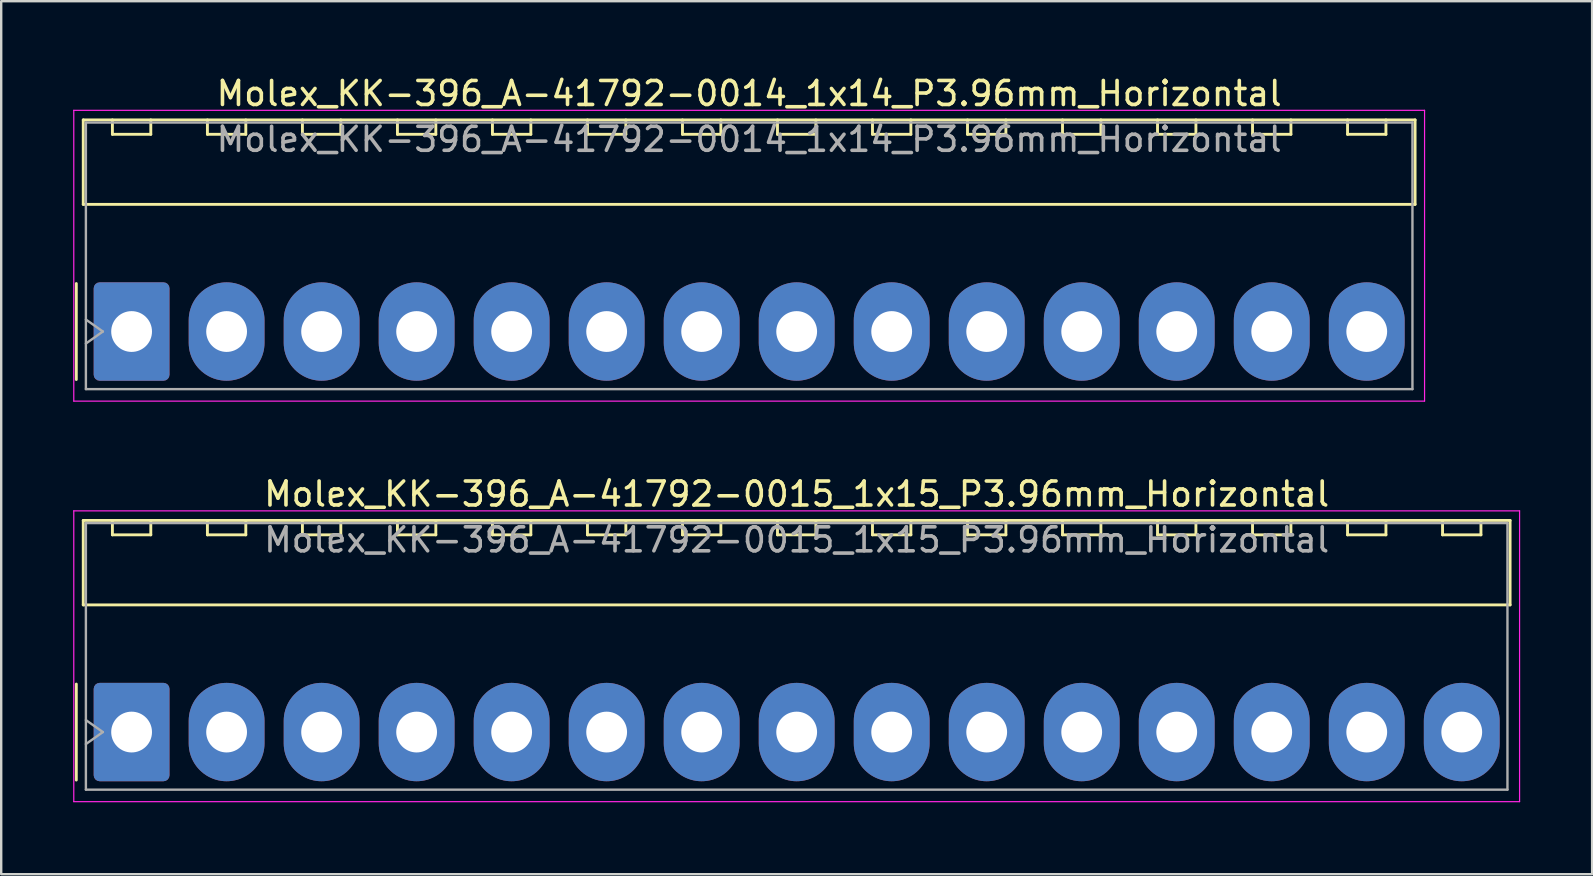
<source format=kicad_pcb>
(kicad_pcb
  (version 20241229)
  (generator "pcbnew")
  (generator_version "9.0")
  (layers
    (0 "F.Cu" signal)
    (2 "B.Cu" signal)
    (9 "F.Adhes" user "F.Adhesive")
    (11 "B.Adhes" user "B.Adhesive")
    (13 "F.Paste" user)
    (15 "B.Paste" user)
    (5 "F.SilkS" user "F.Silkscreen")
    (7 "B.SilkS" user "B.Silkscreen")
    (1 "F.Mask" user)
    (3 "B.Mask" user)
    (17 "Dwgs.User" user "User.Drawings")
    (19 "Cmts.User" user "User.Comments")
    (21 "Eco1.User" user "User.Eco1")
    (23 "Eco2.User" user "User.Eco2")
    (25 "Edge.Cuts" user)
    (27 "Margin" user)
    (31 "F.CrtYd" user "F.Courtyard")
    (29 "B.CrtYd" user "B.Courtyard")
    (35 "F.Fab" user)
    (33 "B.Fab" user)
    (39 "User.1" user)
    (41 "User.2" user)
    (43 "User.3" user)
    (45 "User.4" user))
  (footprint "Molex_KK-396_A-41792-0014_1x14_P3.96mm_Horizontal"
    (layer "F.Cu")
    (at 2.435 10.768)
    (property "Reference" "Molex_KK-396_A-41792-0014_1x14_P3.96mm_Horizontal" (at 25.74 -9.92 0) (layer "F.SilkS") (effects (font (size 1 1) (thickness 0.15))))
    (attr through_hole)
    (fp_line (start -2.305 -2) (end -2.305 2) (stroke (width 0.12) (type solid)) (layer "F.SilkS"))
    (fp_line (start -2.015 -8.82) (end 53.495 -8.82) (stroke (width 0.12) (type solid)) (layer "F.SilkS"))
    (fp_line (start -2.015 -5.3) (end -2.015 -8.82) (stroke (width 0.12) (type solid)) (layer "F.SilkS"))
    (fp_line (start -0.8 -8.82) (end -0.8 -8.22) (stroke (width 0.12) (type solid)) (layer "F.SilkS"))
    (fp_line (start -0.8 -8.22) (end 0.8 -8.22) (stroke (width 0.12) (type solid)) (layer "F.SilkS"))
    (fp_line (start 0.8 -8.22) (end 0.8 -8.82) (stroke (width 0.12) (type solid)) (layer "F.SilkS"))
    (fp_line (start 3.16 -8.82) (end 3.16 -8.22) (stroke (width 0.12) (type solid)) (layer "F.SilkS"))
    (fp_line (start 3.16 -8.22) (end 4.76 -8.22) (stroke (width 0.12) (type solid)) (layer "F.SilkS"))
    (fp_line (start 4.76 -8.22) (end 4.76 -8.82) (stroke (width 0.12) (type solid)) (layer "F.SilkS"))
    (fp_line (start 7.12 -8.82) (end 7.12 -8.22) (stroke (width 0.12) (type solid)) (layer "F.SilkS"))
    (fp_line (start 7.12 -8.22) (end 8.72 -8.22) (stroke (width 0.12) (type solid)) (layer "F.SilkS"))
    (fp_line (start 8.72 -8.22) (end 8.72 -8.82) (stroke (width 0.12) (type solid)) (layer "F.SilkS"))
    (fp_line (start 11.08 -8.82) (end 11.08 -8.22) (stroke (width 0.12) (type solid)) (layer "F.SilkS"))
    (fp_line (start 11.08 -8.22) (end 12.68 -8.22) (stroke (width 0.12) (type solid)) (layer "F.SilkS"))
    (fp_line (start 12.68 -8.22) (end 12.68 -8.82) (stroke (width 0.12) (type solid)) (layer "F.SilkS"))
    (fp_line (start 15.04 -8.82) (end 15.04 -8.22) (stroke (width 0.12) (type solid)) (layer "F.SilkS"))
    (fp_line (start 15.04 -8.22) (end 16.64 -8.22) (stroke (width 0.12) (type solid)) (layer "F.SilkS"))
    (fp_line (start 16.64 -8.22) (end 16.64 -8.82) (stroke (width 0.12) (type solid)) (layer "F.SilkS"))
    (fp_line (start 19 -8.82) (end 19 -8.22) (stroke (width 0.12) (type solid)) (layer "F.SilkS"))
    (fp_line (start 19 -8.22) (end 20.6 -8.22) (stroke (width 0.12) (type solid)) (layer "F.SilkS"))
    (fp_line (start 20.6 -8.22) (end 20.6 -8.82) (stroke (width 0.12) (type solid)) (layer "F.SilkS"))
    (fp_line (start 22.96 -8.82) (end 22.96 -8.22) (stroke (width 0.12) (type solid)) (layer "F.SilkS"))
    (fp_line (start 22.96 -8.22) (end 24.56 -8.22) (stroke (width 0.12) (type solid)) (layer "F.SilkS"))
    (fp_line (start 24.56 -8.22) (end 24.56 -8.82) (stroke (width 0.12) (type solid)) (layer "F.SilkS"))
    (fp_line (start 26.92 -8.82) (end 26.92 -8.22) (stroke (width 0.12) (type solid)) (layer "F.SilkS"))
    (fp_line (start 26.92 -8.22) (end 28.52 -8.22) (stroke (width 0.12) (type solid)) (layer "F.SilkS"))
    (fp_line (start 28.52 -8.22) (end 28.52 -8.82) (stroke (width 0.12) (type solid)) (layer "F.SilkS"))
    (fp_line (start 30.88 -8.82) (end 30.88 -8.22) (stroke (width 0.12) (type solid)) (layer "F.SilkS"))
    (fp_line (start 30.88 -8.22) (end 32.48 -8.22) (stroke (width 0.12) (type solid)) (layer "F.SilkS"))
    (fp_line (start 32.48 -8.22) (end 32.48 -8.82) (stroke (width 0.12) (type solid)) (layer "F.SilkS"))
    (fp_line (start 34.84 -8.82) (end 34.84 -8.22) (stroke (width 0.12) (type solid)) (layer "F.SilkS"))
    (fp_line (start 34.84 -8.22) (end 36.44 -8.22) (stroke (width 0.12) (type solid)) (layer "F.SilkS"))
    (fp_line (start 36.44 -8.22) (end 36.44 -8.82) (stroke (width 0.12) (type solid)) (layer "F.SilkS"))
    (fp_line (start 38.8 -8.82) (end 38.8 -8.22) (stroke (width 0.12) (type solid)) (layer "F.SilkS"))
    (fp_line (start 38.8 -8.22) (end 40.4 -8.22) (stroke (width 0.12) (type solid)) (layer "F.SilkS"))
    (fp_line (start 40.4 -8.22) (end 40.4 -8.82) (stroke (width 0.12) (type solid)) (layer "F.SilkS"))
    (fp_line (start 42.76 -8.82) (end 42.76 -8.22) (stroke (width 0.12) (type solid)) (layer "F.SilkS"))
    (fp_line (start 42.76 -8.22) (end 44.36 -8.22) (stroke (width 0.12) (type solid)) (layer "F.SilkS"))
    (fp_line (start 44.36 -8.22) (end 44.36 -8.82) (stroke (width 0.12) (type solid)) (layer "F.SilkS"))
    (fp_line (start 46.72 -8.82) (end 46.72 -8.22) (stroke (width 0.12) (type solid)) (layer "F.SilkS"))
    (fp_line (start 46.72 -8.22) (end 48.32 -8.22) (stroke (width 0.12) (type solid)) (layer "F.SilkS"))
    (fp_line (start 48.32 -8.22) (end 48.32 -8.82) (stroke (width 0.12) (type solid)) (layer "F.SilkS"))
    (fp_line (start 50.68 -8.82) (end 50.68 -8.22) (stroke (width 0.12) (type solid)) (layer "F.SilkS"))
    (fp_line (start 50.68 -8.22) (end 52.28 -8.22) (stroke (width 0.12) (type solid)) (layer "F.SilkS"))
    (fp_line (start 52.28 -8.22) (end 52.28 -8.82) (stroke (width 0.12) (type solid)) (layer "F.SilkS"))
    (fp_line (start 53.495 -8.82) (end 53.495 -5.3) (stroke (width 0.12) (type solid)) (layer "F.SilkS"))
    (fp_line (start 53.495 -5.3) (end -2.015 -5.3) (stroke (width 0.12) (type solid)) (layer "F.SilkS"))
    (fp_line (start -2.41 -9.22) (end -2.41 2.9) (stroke (width 0.05) (type solid)) (layer "F.CrtYd"))
    (fp_line (start -2.41 2.9) (end 53.89 2.9) (stroke (width 0.05) (type solid)) (layer "F.CrtYd"))
    (fp_line (start 53.89 -9.22) (end -2.41 -9.22) (stroke (width 0.05) (type solid)) (layer "F.CrtYd"))
    (fp_line (start 53.89 2.9) (end 53.89 -9.22) (stroke (width 0.05) (type solid)) (layer "F.CrtYd"))
    (fp_line (start -1.905 -8.71) (end 53.385 -8.71) (stroke (width 0.1) (type solid)) (layer "F.Fab"))
    (fp_line (start -1.905 -0.5) (end -1.198 0) (stroke (width 0.1) (type solid)) (layer "F.Fab"))
    (fp_line (start -1.905 2.4) (end -1.905 -8.71) (stroke (width 0.1) (type solid)) (layer "F.Fab"))
    (fp_line (start -1.198 0) (end -1.905 0.5) (stroke (width 0.1) (type solid)) (layer "F.Fab"))
    (fp_line (start 53.385 -8.71) (end 53.385 2.4) (stroke (width 0.1) (type solid)) (layer "F.Fab"))
    (fp_line (start 53.385 2.4) (end -1.905 2.4) (stroke (width 0.1) (type solid)) (layer "F.Fab"))
    (fp_text user "${REFERENCE}" (at 25.74 -8.01 0) (layer "F.Fab") (effects (font (size 1 1) (thickness 0.15))))
    (pad "1" thru_hole roundrect (at 0 0) (size 3.16 4.1) (drill 1.7) (layers "*.Cu" "*.Mask") (roundrect_rratio 0.079))
    (pad "2" thru_hole oval (at 3.96 0) (size 3.16 4.1) (drill 1.7) (layers "*.Cu" "*.Mask"))
    (pad "3" thru_hole oval (at 7.92 0) (size 3.16 4.1) (drill 1.7) (layers "*.Cu" "*.Mask"))
    (pad "4" thru_hole oval (at 11.88 0) (size 3.16 4.1) (drill 1.7) (layers "*.Cu" "*.Mask"))
    (pad "5" thru_hole oval (at 15.84 0) (size 3.16 4.1) (drill 1.7) (layers "*.Cu" "*.Mask"))
    (pad "6" thru_hole oval (at 19.8 0) (size 3.16 4.1) (drill 1.7) (layers "*.Cu" "*.Mask"))
    (pad "7" thru_hole oval (at 23.76 0) (size 3.16 4.1) (drill 1.7) (layers "*.Cu" "*.Mask"))
    (pad "8" thru_hole oval (at 27.72 0) (size 3.16 4.1) (drill 1.7) (layers "*.Cu" "*.Mask"))
    (pad "9" thru_hole oval (at 31.68 0) (size 3.16 4.1) (drill 1.7) (layers "*.Cu" "*.Mask"))
    (pad "10" thru_hole oval (at 35.64 0) (size 3.16 4.1) (drill 1.7) (layers "*.Cu" "*.Mask"))
    (pad "11" thru_hole oval (at 39.6 0) (size 3.16 4.1) (drill 1.7) (layers "*.Cu" "*.Mask"))
    (pad "12" thru_hole oval (at 43.56 0) (size 3.16 4.1) (drill 1.7) (layers "*.Cu" "*.Mask"))
    (pad "13" thru_hole oval (at 47.52 0) (size 3.16 4.1) (drill 1.7) (layers "*.Cu" "*.Mask"))
    (pad "14" thru_hole oval (at 51.48 0) (size 3.16 4.1) (drill 1.7) (layers "*.Cu" "*.Mask")))
  (footprint "Molex_KK-396_A-41792-0015_1x15_P3.96mm_Horizontal"
    (layer "F.Cu")
    (at 2.435 27.462)
    (property "Reference" "Molex_KK-396_A-41792-0015_1x15_P3.96mm_Horizontal" (at 27.72 -9.92 0) (layer "F.SilkS") (effects (font (size 1 1) (thickness 0.15))))
    (attr through_hole)
    (fp_line (start -2.305 -2) (end -2.305 2) (stroke (width 0.12) (type solid)) (layer "F.SilkS"))
    (fp_line (start -2.015 -8.82) (end 57.455 -8.82) (stroke (width 0.12) (type solid)) (layer "F.SilkS"))
    (fp_line (start -2.015 -5.3) (end -2.015 -8.82) (stroke (width 0.12) (type solid)) (layer "F.SilkS"))
    (fp_line (start -0.8 -8.82) (end -0.8 -8.22) (stroke (width 0.12) (type solid)) (layer "F.SilkS"))
    (fp_line (start -0.8 -8.22) (end 0.8 -8.22) (stroke (width 0.12) (type solid)) (layer "F.SilkS"))
    (fp_line (start 0.8 -8.22) (end 0.8 -8.82) (stroke (width 0.12) (type solid)) (layer "F.SilkS"))
    (fp_line (start 3.16 -8.82) (end 3.16 -8.22) (stroke (width 0.12) (type solid)) (layer "F.SilkS"))
    (fp_line (start 3.16 -8.22) (end 4.76 -8.22) (stroke (width 0.12) (type solid)) (layer "F.SilkS"))
    (fp_line (start 4.76 -8.22) (end 4.76 -8.82) (stroke (width 0.12) (type solid)) (layer "F.SilkS"))
    (fp_line (start 7.12 -8.82) (end 7.12 -8.22) (stroke (width 0.12) (type solid)) (layer "F.SilkS"))
    (fp_line (start 7.12 -8.22) (end 8.72 -8.22) (stroke (width 0.12) (type solid)) (layer "F.SilkS"))
    (fp_line (start 8.72 -8.22) (end 8.72 -8.82) (stroke (width 0.12) (type solid)) (layer "F.SilkS"))
    (fp_line (start 11.08 -8.82) (end 11.08 -8.22) (stroke (width 0.12) (type solid)) (layer "F.SilkS"))
    (fp_line (start 11.08 -8.22) (end 12.68 -8.22) (stroke (width 0.12) (type solid)) (layer "F.SilkS"))
    (fp_line (start 12.68 -8.22) (end 12.68 -8.82) (stroke (width 0.12) (type solid)) (layer "F.SilkS"))
    (fp_line (start 15.04 -8.82) (end 15.04 -8.22) (stroke (width 0.12) (type solid)) (layer "F.SilkS"))
    (fp_line (start 15.04 -8.22) (end 16.64 -8.22) (stroke (width 0.12) (type solid)) (layer "F.SilkS"))
    (fp_line (start 16.64 -8.22) (end 16.64 -8.82) (stroke (width 0.12) (type solid)) (layer "F.SilkS"))
    (fp_line (start 19 -8.82) (end 19 -8.22) (stroke (width 0.12) (type solid)) (layer "F.SilkS"))
    (fp_line (start 19 -8.22) (end 20.6 -8.22) (stroke (width 0.12) (type solid)) (layer "F.SilkS"))
    (fp_line (start 20.6 -8.22) (end 20.6 -8.82) (stroke (width 0.12) (type solid)) (layer "F.SilkS"))
    (fp_line (start 22.96 -8.82) (end 22.96 -8.22) (stroke (width 0.12) (type solid)) (layer "F.SilkS"))
    (fp_line (start 22.96 -8.22) (end 24.56 -8.22) (stroke (width 0.12) (type solid)) (layer "F.SilkS"))
    (fp_line (start 24.56 -8.22) (end 24.56 -8.82) (stroke (width 0.12) (type solid)) (layer "F.SilkS"))
    (fp_line (start 26.92 -8.82) (end 26.92 -8.22) (stroke (width 0.12) (type solid)) (layer "F.SilkS"))
    (fp_line (start 26.92 -8.22) (end 28.52 -8.22) (stroke (width 0.12) (type solid)) (layer "F.SilkS"))
    (fp_line (start 28.52 -8.22) (end 28.52 -8.82) (stroke (width 0.12) (type solid)) (layer "F.SilkS"))
    (fp_line (start 30.88 -8.82) (end 30.88 -8.22) (stroke (width 0.12) (type solid)) (layer "F.SilkS"))
    (fp_line (start 30.88 -8.22) (end 32.48 -8.22) (stroke (width 0.12) (type solid)) (layer "F.SilkS"))
    (fp_line (start 32.48 -8.22) (end 32.48 -8.82) (stroke (width 0.12) (type solid)) (layer "F.SilkS"))
    (fp_line (start 34.84 -8.82) (end 34.84 -8.22) (stroke (width 0.12) (type solid)) (layer "F.SilkS"))
    (fp_line (start 34.84 -8.22) (end 36.44 -8.22) (stroke (width 0.12) (type solid)) (layer "F.SilkS"))
    (fp_line (start 36.44 -8.22) (end 36.44 -8.82) (stroke (width 0.12) (type solid)) (layer "F.SilkS"))
    (fp_line (start 38.8 -8.82) (end 38.8 -8.22) (stroke (width 0.12) (type solid)) (layer "F.SilkS"))
    (fp_line (start 38.8 -8.22) (end 40.4 -8.22) (stroke (width 0.12) (type solid)) (layer "F.SilkS"))
    (fp_line (start 40.4 -8.22) (end 40.4 -8.82) (stroke (width 0.12) (type solid)) (layer "F.SilkS"))
    (fp_line (start 42.76 -8.82) (end 42.76 -8.22) (stroke (width 0.12) (type solid)) (layer "F.SilkS"))
    (fp_line (start 42.76 -8.22) (end 44.36 -8.22) (stroke (width 0.12) (type solid)) (layer "F.SilkS"))
    (fp_line (start 44.36 -8.22) (end 44.36 -8.82) (stroke (width 0.12) (type solid)) (layer "F.SilkS"))
    (fp_line (start 46.72 -8.82) (end 46.72 -8.22) (stroke (width 0.12) (type solid)) (layer "F.SilkS"))
    (fp_line (start 46.72 -8.22) (end 48.32 -8.22) (stroke (width 0.12) (type solid)) (layer "F.SilkS"))
    (fp_line (start 48.32 -8.22) (end 48.32 -8.82) (stroke (width 0.12) (type solid)) (layer "F.SilkS"))
    (fp_line (start 50.68 -8.82) (end 50.68 -8.22) (stroke (width 0.12) (type solid)) (layer "F.SilkS"))
    (fp_line (start 50.68 -8.22) (end 52.28 -8.22) (stroke (width 0.12) (type solid)) (layer "F.SilkS"))
    (fp_line (start 52.28 -8.22) (end 52.28 -8.82) (stroke (width 0.12) (type solid)) (layer "F.SilkS"))
    (fp_line (start 54.64 -8.82) (end 54.64 -8.22) (stroke (width 0.12) (type solid)) (layer "F.SilkS"))
    (fp_line (start 54.64 -8.22) (end 56.24 -8.22) (stroke (width 0.12) (type solid)) (layer "F.SilkS"))
    (fp_line (start 56.24 -8.22) (end 56.24 -8.82) (stroke (width 0.12) (type solid)) (layer "F.SilkS"))
    (fp_line (start 57.455 -8.82) (end 57.455 -5.3) (stroke (width 0.12) (type solid)) (layer "F.SilkS"))
    (fp_line (start 57.455 -5.3) (end -2.015 -5.3) (stroke (width 0.12) (type solid)) (layer "F.SilkS"))
    (fp_line (start -2.41 -9.22) (end -2.41 2.9) (stroke (width 0.05) (type solid)) (layer "F.CrtYd"))
    (fp_line (start -2.41 2.9) (end 57.85 2.9) (stroke (width 0.05) (type solid)) (layer "F.CrtYd"))
    (fp_line (start 57.85 -9.22) (end -2.41 -9.22) (stroke (width 0.05) (type solid)) (layer "F.CrtYd"))
    (fp_line (start 57.85 2.9) (end 57.85 -9.22) (stroke (width 0.05) (type solid)) (layer "F.CrtYd"))
    (fp_line (start -1.905 -8.71) (end 57.345 -8.71) (stroke (width 0.1) (type solid)) (layer "F.Fab"))
    (fp_line (start -1.905 -0.5) (end -1.198 0) (stroke (width 0.1) (type solid)) (layer "F.Fab"))
    (fp_line (start -1.905 2.4) (end -1.905 -8.71) (stroke (width 0.1) (type solid)) (layer "F.Fab"))
    (fp_line (start -1.198 0) (end -1.905 0.5) (stroke (width 0.1) (type solid)) (layer "F.Fab"))
    (fp_line (start 57.345 -8.71) (end 57.345 2.4) (stroke (width 0.1) (type solid)) (layer "F.Fab"))
    (fp_line (start 57.345 2.4) (end -1.905 2.4) (stroke (width 0.1) (type solid)) (layer "F.Fab"))
    (fp_text user "${REFERENCE}" (at 27.72 -8.01 0) (layer "F.Fab") (effects (font (size 1 1) (thickness 0.15))))
    (pad "1" thru_hole roundrect (at 0 0) (size 3.16 4.1) (drill 1.7) (layers "*.Cu" "*.Mask") (roundrect_rratio 0.079))
    (pad "2" thru_hole oval (at 3.96 0) (size 3.16 4.1) (drill 1.7) (layers "*.Cu" "*.Mask"))
    (pad "3" thru_hole oval (at 7.92 0) (size 3.16 4.1) (drill 1.7) (layers "*.Cu" "*.Mask"))
    (pad "4" thru_hole oval (at 11.88 0) (size 3.16 4.1) (drill 1.7) (layers "*.Cu" "*.Mask"))
    (pad "5" thru_hole oval (at 15.84 0) (size 3.16 4.1) (drill 1.7) (layers "*.Cu" "*.Mask"))
    (pad "6" thru_hole oval (at 19.8 0) (size 3.16 4.1) (drill 1.7) (layers "*.Cu" "*.Mask"))
    (pad "7" thru_hole oval (at 23.76 0) (size 3.16 4.1) (drill 1.7) (layers "*.Cu" "*.Mask"))
    (pad "8" thru_hole oval (at 27.72 0) (size 3.16 4.1) (drill 1.7) (layers "*.Cu" "*.Mask"))
    (pad "9" thru_hole oval (at 31.68 0) (size 3.16 4.1) (drill 1.7) (layers "*.Cu" "*.Mask"))
    (pad "10" thru_hole oval (at 35.64 0) (size 3.16 4.1) (drill 1.7) (layers "*.Cu" "*.Mask"))
    (pad "11" thru_hole oval (at 39.6 0) (size 3.16 4.1) (drill 1.7) (layers "*.Cu" "*.Mask"))
    (pad "12" thru_hole oval (at 43.56 0) (size 3.16 4.1) (drill 1.7) (layers "*.Cu" "*.Mask"))
    (pad "13" thru_hole oval (at 47.52 0) (size 3.16 4.1) (drill 1.7) (layers "*.Cu" "*.Mask"))
    (pad "14" thru_hole oval (at 51.48 0) (size 3.16 4.1) (drill 1.7) (layers "*.Cu" "*.Mask"))
    (pad "15" thru_hole oval (at 55.44 0) (size 3.16 4.1) (drill 1.7) (layers "*.Cu" "*.Mask")))
  (gr_rect
    (start -3 -3)
    (end 63.31 33.386)
    (stroke (width 0.1) (type default))
    (fill no)
    (layer "Edge.Cuts")))
</source>
